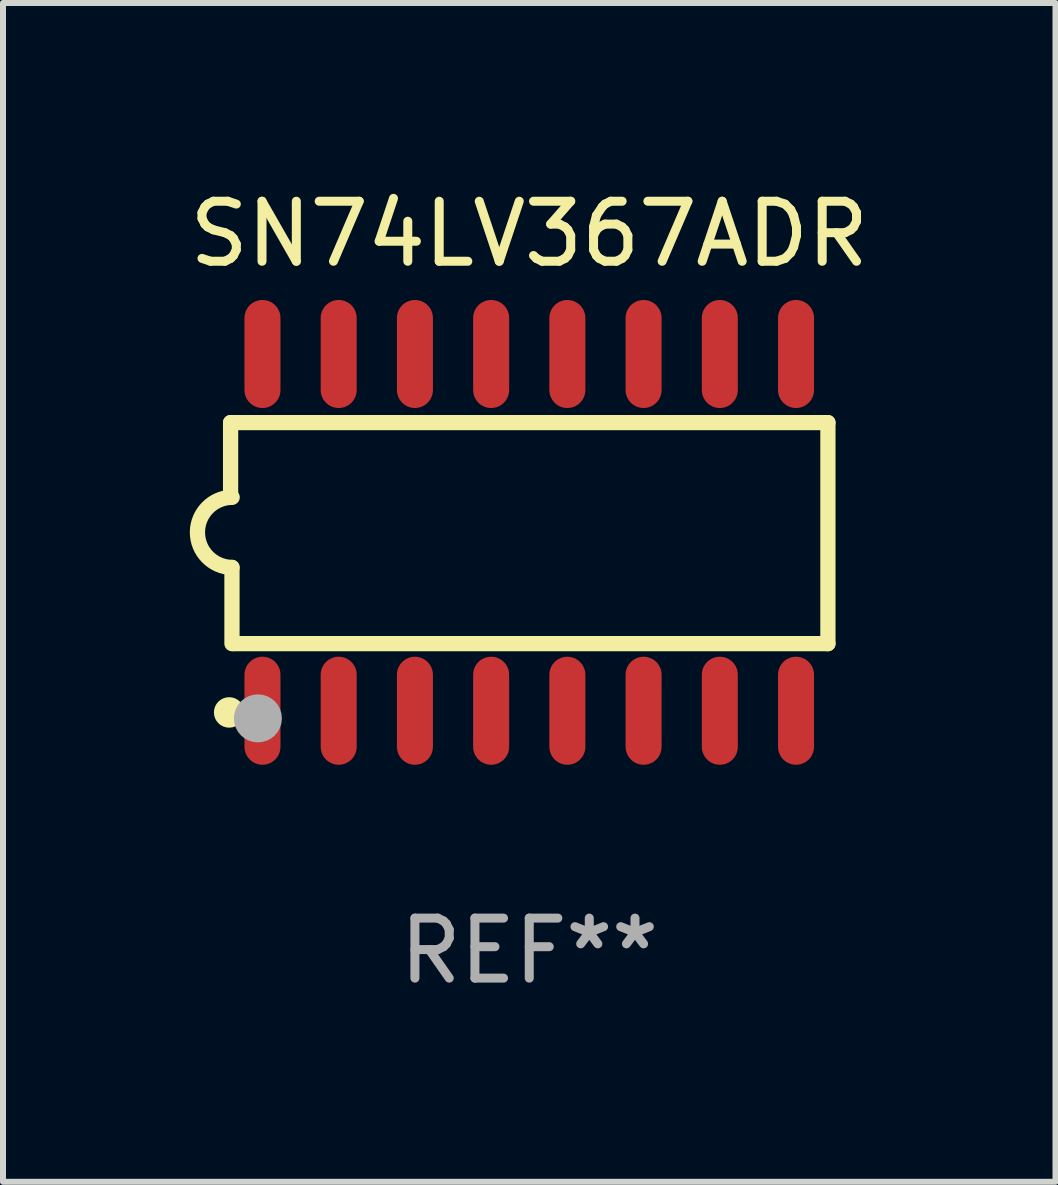
<source format=kicad_pcb>
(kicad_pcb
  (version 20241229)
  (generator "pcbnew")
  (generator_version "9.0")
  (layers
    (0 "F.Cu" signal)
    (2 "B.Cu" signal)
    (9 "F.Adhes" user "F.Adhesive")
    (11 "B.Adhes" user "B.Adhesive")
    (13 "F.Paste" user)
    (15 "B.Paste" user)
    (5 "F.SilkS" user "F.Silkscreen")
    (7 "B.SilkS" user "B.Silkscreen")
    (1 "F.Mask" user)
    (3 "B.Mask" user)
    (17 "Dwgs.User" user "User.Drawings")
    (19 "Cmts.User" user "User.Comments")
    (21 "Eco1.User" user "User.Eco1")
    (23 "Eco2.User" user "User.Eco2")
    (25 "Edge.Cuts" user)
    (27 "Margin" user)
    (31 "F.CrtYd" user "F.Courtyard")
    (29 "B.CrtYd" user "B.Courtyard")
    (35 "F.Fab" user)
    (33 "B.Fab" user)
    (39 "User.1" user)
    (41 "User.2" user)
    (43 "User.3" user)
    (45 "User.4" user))
  (footprint "SN74LV367ADR"
    (layer "F.Cu")
    (at 5.768 5.82)
    (property "Reference" "SN74LV367ADR" (at 0 -4.972 0) (layer "F.SilkS") (effects (font (size 1 1) (thickness 0.15))))
    (attr through_hole)
    (fp_line (start -4.976 -1.829) (end -4.976 -0.584) (stroke (width 0.254) (type solid)) (layer "F.SilkS"))
    (fp_line (start -4.953 0.584) (end -4.953 1.854) (stroke (width 0.254) (type solid)) (layer "F.SilkS"))
    (fp_line (start -4.928 1.854) (end 4.976 1.854) (stroke (width 0.254) (type solid)) (layer "F.SilkS"))
    (fp_line (start 4.976 -1.829) (end -4.976 -1.829) (stroke (width 0.254) (type solid)) (layer "F.SilkS"))
    (fp_line (start 4.976 1.854) (end 4.976 -1.829) (stroke (width 0.254) (type solid)) (layer "F.SilkS"))
    (fp_arc (start -4.95301 0.584201) (mid -5.533866 -0.00152) (end -4.950088 -0.584329) (stroke (width 0.254001) (type solid)) (layer "F.SilkS"))
    (fp_circle (center -5 3) (end -4.873 3) (stroke (width 0.254) (type solid)) (fill no) (layer "F.SilkS"))
    (fp_circle (center -4.521 3.099) (end -4.321 3.099) (stroke (width 0.4) (type solid)) (fill no) (layer "F.Fab"))
    (fp_text user "REF**" (at 0 6.972 0) (layer "F.Fab") (effects (font (size 1 1) (thickness 0.15))))
    (pad "1" smd oval (at -4.445 2.972 180) (size 0.6 1.8) (layers "F.Cu" "F.Mask" "F.Paste"))
    (pad "2" smd oval (at -3.175 2.972 180) (size 0.6 1.8) (layers "F.Cu" "F.Mask" "F.Paste"))
    (pad "3" smd oval (at -1.905 2.972 180) (size 0.6 1.8) (layers "F.Cu" "F.Mask" "F.Paste"))
    (pad "4" smd oval (at -0.635 2.972 180) (size 0.6 1.8) (layers "F.Cu" "F.Mask" "F.Paste"))
    (pad "5" smd oval (at 0.635 2.972 180) (size 0.6 1.8) (layers "F.Cu" "F.Mask" "F.Paste"))
    (pad "6" smd oval (at 1.905 2.972 180) (size 0.6 1.8) (layers "F.Cu" "F.Mask" "F.Paste"))
    (pad "7" smd oval (at 3.175 2.972 180) (size 0.6 1.8) (layers "F.Cu" "F.Mask" "F.Paste"))
    (pad "8" smd oval (at 4.445 2.972 180) (size 0.6 1.8) (layers "F.Cu" "F.Mask" "F.Paste"))
    (pad "9" smd oval (at 4.445 -2.972 180) (size 0.6 1.8) (layers "F.Cu" "F.Mask" "F.Paste"))
    (pad "10" smd oval (at 3.175 -2.972 180) (size 0.6 1.8) (layers "F.Cu" "F.Mask" "F.Paste"))
    (pad "11" smd oval (at 1.905 -2.972 180) (size 0.6 1.8) (layers "F.Cu" "F.Mask" "F.Paste"))
    (pad "12" smd oval (at 0.635 -2.972 180) (size 0.6 1.8) (layers "F.Cu" "F.Mask" "F.Paste"))
    (pad "13" smd oval (at -0.635 -2.972 180) (size 0.6 1.8) (layers "F.Cu" "F.Mask" "F.Paste"))
    (pad "14" smd oval (at -1.905 -2.972 180) (size 0.6 1.8) (layers "F.Cu" "F.Mask" "F.Paste"))
    (pad "15" smd oval (at -3.175 -2.972 180) (size 0.6 1.8) (layers "F.Cu" "F.Mask" "F.Paste"))
    (pad "16" smd oval (at -4.445 -2.972 180) (size 0.6 1.8) (layers "F.Cu" "F.Mask" "F.Paste")))
  (gr_rect
    (start -3 -3)
    (end 14.536 16.64)
    (stroke (width 0.1) (type default))
    (fill no)
    (layer "Edge.Cuts")))
</source>
